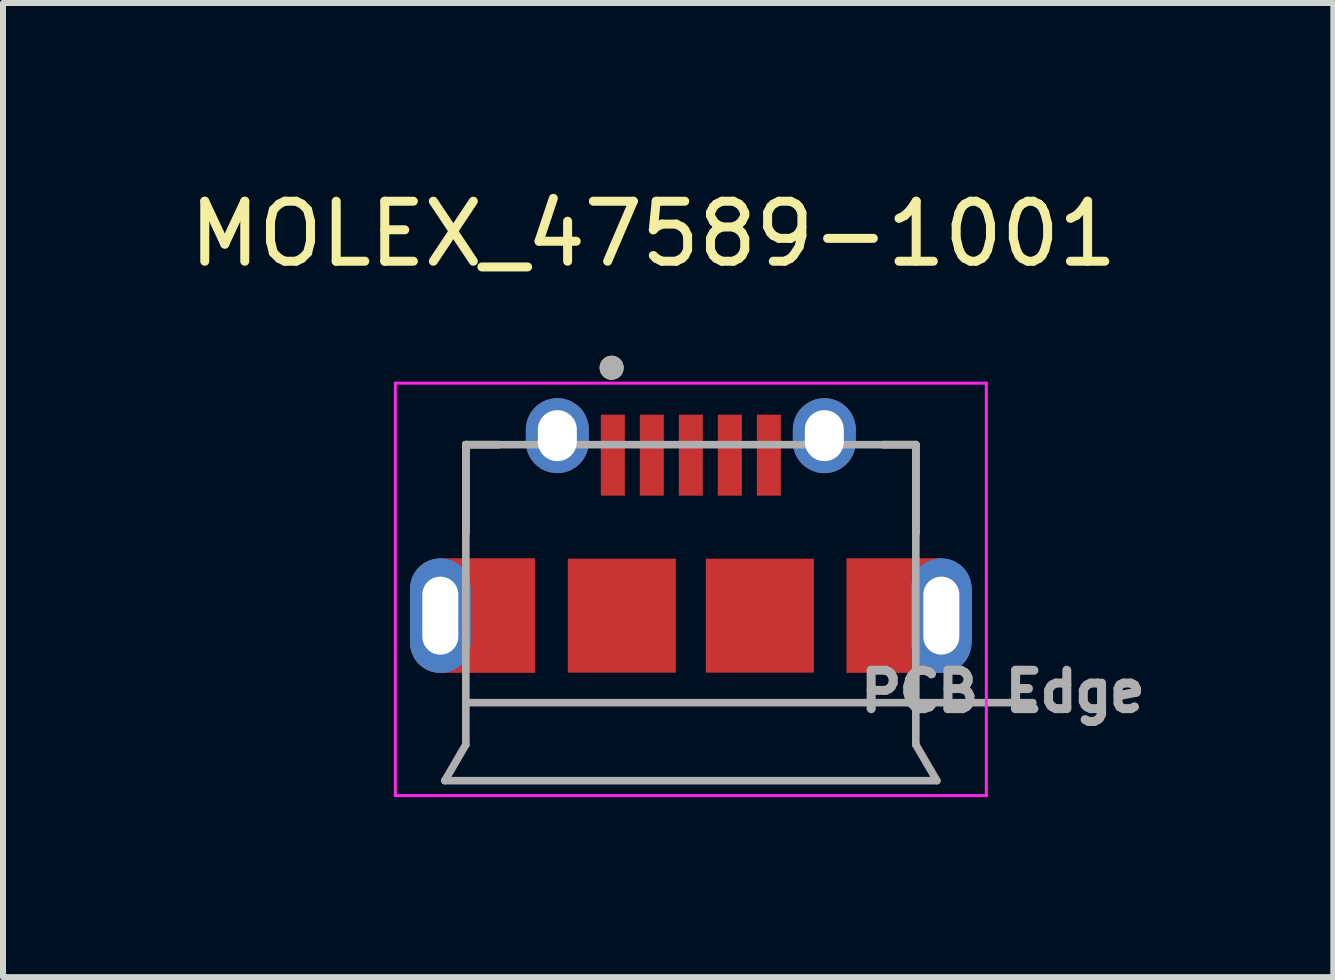
<source format=kicad_pcb>
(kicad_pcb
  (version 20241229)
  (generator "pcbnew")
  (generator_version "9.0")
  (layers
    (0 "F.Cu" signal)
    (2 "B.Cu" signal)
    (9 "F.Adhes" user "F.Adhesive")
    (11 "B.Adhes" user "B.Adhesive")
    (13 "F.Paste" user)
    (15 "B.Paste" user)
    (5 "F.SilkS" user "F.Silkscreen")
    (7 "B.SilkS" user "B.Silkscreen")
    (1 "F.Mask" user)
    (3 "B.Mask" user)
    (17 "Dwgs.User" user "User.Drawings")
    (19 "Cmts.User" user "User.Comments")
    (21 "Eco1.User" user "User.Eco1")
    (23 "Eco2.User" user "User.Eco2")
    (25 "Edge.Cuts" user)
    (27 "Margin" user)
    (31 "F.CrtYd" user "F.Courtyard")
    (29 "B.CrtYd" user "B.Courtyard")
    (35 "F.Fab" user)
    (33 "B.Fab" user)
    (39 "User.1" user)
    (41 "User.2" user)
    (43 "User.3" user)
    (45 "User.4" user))
  (footprint "MOLEX_47589-1001"
    (layer "F.Cu")
    (at 8.464 7.561)
    (property "Reference" "MOLEX_47589-1001" (at -0.625 -6.712 0) (layer "F.SilkS") (effects (font (size 1 1) (thickness 0.15))))
    (attr smd)
    (fp_poly (pts (xy -4.675 -0.7) (xy -4.675 0) (xy -4.674 0.031) (xy -4.672 0.063) (xy -4.668 0.094) (xy -4.662 0.125) (xy -4.655 0.155) (xy -4.646 0.185) (xy -4.635 0.215) (xy -4.623 0.244) (xy -4.61 0.272) (xy -4.595 0.3) (xy -4.578 0.327) (xy -4.56 0.353) (xy -4.541 0.378) (xy -4.521 0.401) (xy -4.499 0.424) (xy -4.476 0.446) (xy -4.453 0.466) (xy -4.428 0.485) (xy -4.402 0.503) (xy -4.375 0.52) (xy -4.347 0.535) (xy -4.319 0.548) (xy -4.29 0.56) (xy -4.26 0.571) (xy -4.23 0.58) (xy -4.2 0.587) (xy -4.169 0.593) (xy -4.138 0.597) (xy -4.106 0.599) (xy -4.075 0.6) (xy -2.6 0.6) (xy -2.6 -1.3) (xy -4.075 -1.3) (xy -4.106 -1.299) (xy -4.138 -1.297) (xy -4.169 -1.293) (xy -4.2 -1.287) (xy -4.23 -1.28) (xy -4.26 -1.271) (xy -4.29 -1.26) (xy -4.319 -1.248) (xy -4.347 -1.235) (xy -4.375 -1.22) (xy -4.402 -1.203) (xy -4.428 -1.185) (xy -4.453 -1.166) (xy -4.476 -1.146) (xy -4.499 -1.124) (xy -4.521 -1.101) (xy -4.541 -1.078) (xy -4.56 -1.053) (xy -4.578 -1.027) (xy -4.595 -1) (xy -4.61 -0.972) (xy -4.623 -0.944) (xy -4.635 -0.915) (xy -4.646 -0.885) (xy -4.655 -0.855) (xy -4.662 -0.825) (xy -4.668 -0.794) (xy -4.672 -0.763) (xy -4.674 -0.731) (xy -4.675 -0.7)) (stroke (width 0.01) (type solid)) (fill yes) (layer "F.Cu"))
    (fp_poly (pts (xy 4.675 0) (xy 4.675 -0.7) (xy 4.674 -0.731) (xy 4.672 -0.763) (xy 4.668 -0.794) (xy 4.662 -0.825) (xy 4.655 -0.855) (xy 4.646 -0.885) (xy 4.635 -0.915) (xy 4.623 -0.944) (xy 4.61 -0.972) (xy 4.595 -1) (xy 4.578 -1.027) (xy 4.56 -1.053) (xy 4.541 -1.078) (xy 4.521 -1.101) (xy 4.499 -1.124) (xy 4.476 -1.146) (xy 4.453 -1.166) (xy 4.428 -1.185) (xy 4.402 -1.203) (xy 4.375 -1.22) (xy 4.347 -1.235) (xy 4.319 -1.248) (xy 4.29 -1.26) (xy 4.26 -1.271) (xy 4.23 -1.28) (xy 4.2 -1.287) (xy 4.169 -1.293) (xy 4.138 -1.297) (xy 4.106 -1.299) (xy 4.075 -1.3) (xy 2.6 -1.3) (xy 2.6 0.6) (xy 4.075 0.6) (xy 4.106 0.599) (xy 4.138 0.597) (xy 4.169 0.593) (xy 4.2 0.587) (xy 4.23 0.58) (xy 4.26 0.571) (xy 4.29 0.56) (xy 4.319 0.548) (xy 4.347 0.535) (xy 4.375 0.52) (xy 4.402 0.503) (xy 4.428 0.485) (xy 4.453 0.466) (xy 4.476 0.446) (xy 4.499 0.424) (xy 4.521 0.401) (xy 4.541 0.378) (xy 4.56 0.353) (xy 4.578 0.327) (xy 4.595 0.3) (xy 4.61 0.272) (xy 4.623 0.244) (xy 4.635 0.215) (xy 4.646 0.185) (xy 4.655 0.155) (xy 4.662 0.125) (xy 4.668 0.094) (xy 4.672 0.063) (xy 4.674 0.031) (xy 4.675 0)) (stroke (width 0.01) (type solid)) (fill yes) (layer "F.Cu"))
    (fp_poly (pts (xy -4.775 -0.7) (xy -4.775 0) (xy -4.774 0.037) (xy -4.771 0.073) (xy -4.766 0.11) (xy -4.76 0.146) (xy -4.751 0.181) (xy -4.741 0.216) (xy -4.729 0.251) (xy -4.714 0.285) (xy -4.699 0.318) (xy -4.681 0.35) (xy -4.662 0.381) (xy -4.641 0.411) (xy -4.619 0.441) (xy -4.595 0.468) (xy -4.57 0.495) (xy -4.543 0.52) (xy -4.516 0.544) (xy -4.486 0.566) (xy -4.456 0.587) (xy -4.425 0.606) (xy -4.393 0.624) (xy -4.36 0.639) (xy -4.326 0.654) (xy -4.291 0.666) (xy -4.256 0.676) (xy -4.221 0.685) (xy -4.185 0.691) (xy -4.148 0.696) (xy -4.112 0.699) (xy -4.075 0.7) (xy -2.5 0.7) (xy -2.5 -1.4) (xy -4.075 -1.4) (xy -4.112 -1.399) (xy -4.148 -1.396) (xy -4.185 -1.391) (xy -4.221 -1.385) (xy -4.256 -1.376) (xy -4.291 -1.366) (xy -4.326 -1.354) (xy -4.36 -1.339) (xy -4.393 -1.324) (xy -4.425 -1.306) (xy -4.456 -1.287) (xy -4.486 -1.266) (xy -4.516 -1.244) (xy -4.543 -1.22) (xy -4.57 -1.195) (xy -4.595 -1.168) (xy -4.619 -1.141) (xy -4.641 -1.111) (xy -4.662 -1.081) (xy -4.681 -1.05) (xy -4.699 -1.018) (xy -4.714 -0.985) (xy -4.729 -0.951) (xy -4.741 -0.916) (xy -4.751 -0.881) (xy -4.76 -0.846) (xy -4.766 -0.81) (xy -4.771 -0.773) (xy -4.774 -0.737) (xy -4.775 -0.7)) (stroke (width 0.01) (type solid)) (fill yes) (layer "F.Mask"))
    (fp_poly (pts (xy 4.775 0) (xy 4.775 -0.7) (xy 4.774 -0.737) (xy 4.771 -0.773) (xy 4.766 -0.81) (xy 4.76 -0.846) (xy 4.751 -0.881) (xy 4.741 -0.916) (xy 4.729 -0.951) (xy 4.714 -0.985) (xy 4.699 -1.018) (xy 4.681 -1.05) (xy 4.662 -1.081) (xy 4.641 -1.111) (xy 4.619 -1.141) (xy 4.595 -1.168) (xy 4.57 -1.195) (xy 4.543 -1.22) (xy 4.516 -1.244) (xy 4.486 -1.266) (xy 4.456 -1.287) (xy 4.425 -1.306) (xy 4.393 -1.324) (xy 4.36 -1.339) (xy 4.326 -1.354) (xy 4.291 -1.366) (xy 4.256 -1.376) (xy 4.221 -1.385) (xy 4.185 -1.391) (xy 4.148 -1.396) (xy 4.112 -1.399) (xy 4.075 -1.4) (xy 2.5 -1.4) (xy 2.5 0.7) (xy 4.075 0.7) (xy 4.112 0.699) (xy 4.148 0.696) (xy 4.185 0.691) (xy 4.221 0.685) (xy 4.256 0.676) (xy 4.291 0.666) (xy 4.326 0.654) (xy 4.36 0.639) (xy 4.393 0.624) (xy 4.425 0.606) (xy 4.456 0.587) (xy 4.486 0.566) (xy 4.516 0.544) (xy 4.543 0.52) (xy 4.57 0.495) (xy 4.595 0.468) (xy 4.619 0.441) (xy 4.641 0.411) (xy 4.662 0.381) (xy 4.681 0.35) (xy 4.699 0.318) (xy 4.714 0.285) (xy 4.729 0.251) (xy 4.741 0.216) (xy 4.751 0.181) (xy 4.76 0.146) (xy 4.766 0.11) (xy 4.771 0.073) (xy 4.774 0.037) (xy 4.775 0)) (stroke (width 0.01) (type solid)) (fill yes) (layer "F.Mask"))
    (fp_poly (pts (xy -4.175 0.6) (xy -4.201 0.599) (xy -4.227 0.597) (xy -4.253 0.594) (xy -4.279 0.589) (xy -4.304 0.583) (xy -4.33 0.576) (xy -4.354 0.567) (xy -4.378 0.557) (xy -4.402 0.546) (xy -4.425 0.533) (xy -4.447 0.519) (xy -4.469 0.505) (xy -4.49 0.489) (xy -4.51 0.472) (xy -4.529 0.454) (xy -4.547 0.435) (xy -4.564 0.415) (xy -4.58 0.394) (xy -4.594 0.372) (xy -4.608 0.35) (xy -4.621 0.327) (xy -4.632 0.303) (xy -4.642 0.279) (xy -4.651 0.255) (xy -4.658 0.229) (xy -4.664 0.204) (xy -4.669 0.178) (xy -4.672 0.152) (xy -4.674 0.126) (xy -4.675 0.1) (xy -4.675 -0.8) (xy -4.674 -0.826) (xy -4.672 -0.852) (xy -4.669 -0.878) (xy -4.664 -0.904) (xy -4.658 -0.929) (xy -4.651 -0.955) (xy -4.642 -0.979) (xy -4.632 -1.003) (xy -4.621 -1.027) (xy -4.608 -1.05) (xy -4.594 -1.072) (xy -4.58 -1.094) (xy -4.564 -1.115) (xy -4.547 -1.135) (xy -4.529 -1.154) (xy -4.51 -1.172) (xy -4.49 -1.189) (xy -4.469 -1.205) (xy -4.447 -1.219) (xy -4.425 -1.233) (xy -4.402 -1.246) (xy -4.378 -1.257) (xy -4.354 -1.267) (xy -4.33 -1.276) (xy -4.304 -1.283) (xy -4.279 -1.289) (xy -4.253 -1.294) (xy -4.227 -1.297) (xy -4.201 -1.299) (xy -4.175 -1.3) (xy -4.149 -1.299) (xy -4.123 -1.297) (xy -4.097 -1.294) (xy -4.071 -1.289) (xy -4.046 -1.283) (xy -4.02 -1.276) (xy -3.996 -1.267) (xy -3.972 -1.257) (xy -3.948 -1.246) (xy -3.925 -1.233) (xy -3.903 -1.219) (xy -3.881 -1.205) (xy -3.86 -1.189) (xy -3.84 -1.172) (xy -3.821 -1.154) (xy -3.803 -1.135) (xy -3.786 -1.115) (xy -3.77 -1.094) (xy -3.756 -1.072) (xy -3.742 -1.05) (xy -3.729 -1.027) (xy -3.718 -1.003) (xy -3.708 -0.979) (xy -3.699 -0.955) (xy -3.692 -0.929) (xy -3.686 -0.904) (xy -3.681 -0.878) (xy -3.678 -0.852) (xy -3.676 -0.826) (xy -3.675 -0.8) (xy -3.675 0.1) (xy -3.676 0.126) (xy -3.678 0.152) (xy -3.681 0.178) (xy -3.686 0.204) (xy -3.692 0.229) (xy -3.699 0.255) (xy -3.708 0.279) (xy -3.718 0.303) (xy -3.729 0.327) (xy -3.742 0.35) (xy -3.756 0.372) (xy -3.77 0.394) (xy -3.786 0.415) (xy -3.803 0.435) (xy -3.821 0.454) (xy -3.84 0.472) (xy -3.86 0.489) (xy -3.881 0.505) (xy -3.903 0.519) (xy -3.925 0.533) (xy -3.948 0.546) (xy -3.972 0.557) (xy -3.996 0.567) (xy -4.02 0.576) (xy -4.046 0.583) (xy -4.071 0.589) (xy -4.097 0.594) (xy -4.123 0.597) (xy -4.149 0.599) (xy -4.175 0.6)) (stroke (width 0.01) (type solid)) (fill yes) (layer "B.Cu"))
    (fp_poly (pts (xy 4.175 0.6) (xy 4.149 0.599) (xy 4.123 0.597) (xy 4.097 0.594) (xy 4.071 0.589) (xy 4.046 0.583) (xy 4.02 0.576) (xy 3.996 0.567) (xy 3.972 0.557) (xy 3.948 0.546) (xy 3.925 0.533) (xy 3.903 0.519) (xy 3.881 0.505) (xy 3.86 0.489) (xy 3.84 0.472) (xy 3.821 0.454) (xy 3.803 0.435) (xy 3.786 0.415) (xy 3.77 0.394) (xy 3.756 0.372) (xy 3.742 0.35) (xy 3.729 0.327) (xy 3.718 0.303) (xy 3.708 0.279) (xy 3.699 0.255) (xy 3.692 0.229) (xy 3.686 0.204) (xy 3.681 0.178) (xy 3.678 0.152) (xy 3.676 0.126) (xy 3.675 0.1) (xy 3.675 -0.8) (xy 3.676 -0.826) (xy 3.678 -0.852) (xy 3.681 -0.878) (xy 3.686 -0.904) (xy 3.692 -0.929) (xy 3.699 -0.955) (xy 3.708 -0.979) (xy 3.718 -1.003) (xy 3.729 -1.027) (xy 3.742 -1.05) (xy 3.756 -1.072) (xy 3.77 -1.094) (xy 3.786 -1.115) (xy 3.803 -1.135) (xy 3.821 -1.154) (xy 3.84 -1.172) (xy 3.86 -1.189) (xy 3.881 -1.205) (xy 3.903 -1.219) (xy 3.925 -1.233) (xy 3.948 -1.246) (xy 3.972 -1.257) (xy 3.996 -1.267) (xy 4.02 -1.276) (xy 4.046 -1.283) (xy 4.071 -1.289) (xy 4.097 -1.294) (xy 4.123 -1.297) (xy 4.149 -1.299) (xy 4.175 -1.3) (xy 4.201 -1.299) (xy 4.227 -1.297) (xy 4.253 -1.294) (xy 4.279 -1.289) (xy 4.304 -1.283) (xy 4.33 -1.276) (xy 4.354 -1.267) (xy 4.378 -1.257) (xy 4.402 -1.246) (xy 4.425 -1.233) (xy 4.447 -1.219) (xy 4.469 -1.205) (xy 4.49 -1.189) (xy 4.51 -1.172) (xy 4.529 -1.154) (xy 4.547 -1.135) (xy 4.564 -1.115) (xy 4.58 -1.094) (xy 4.594 -1.072) (xy 4.608 -1.05) (xy 4.621 -1.027) (xy 4.632 -1.003) (xy 4.642 -0.979) (xy 4.651 -0.955) (xy 4.658 -0.929) (xy 4.664 -0.904) (xy 4.669 -0.878) (xy 4.672 -0.852) (xy 4.674 -0.826) (xy 4.675 -0.8) (xy 4.675 0.1) (xy 4.674 0.126) (xy 4.672 0.152) (xy 4.669 0.178) (xy 4.664 0.204) (xy 4.658 0.229) (xy 4.651 0.255) (xy 4.642 0.279) (xy 4.632 0.303) (xy 4.621 0.327) (xy 4.608 0.35) (xy 4.594 0.372) (xy 4.58 0.394) (xy 4.564 0.415) (xy 4.547 0.435) (xy 4.529 0.454) (xy 4.51 0.472) (xy 4.49 0.489) (xy 4.469 0.505) (xy 4.447 0.519) (xy 4.425 0.533) (xy 4.402 0.546) (xy 4.378 0.557) (xy 4.354 0.567) (xy 4.33 0.576) (xy 4.304 0.583) (xy 4.279 0.589) (xy 4.253 0.594) (xy 4.227 0.597) (xy 4.201 0.599) (xy 4.175 0.6)) (stroke (width 0.01) (type solid)) (fill yes) (layer "B.Cu"))
    (fp_poly (pts (xy -4.175 0.7) (xy -4.206 0.699) (xy -4.238 0.697) (xy -4.269 0.693) (xy -4.3 0.687) (xy -4.33 0.68) (xy -4.36 0.671) (xy -4.39 0.66) (xy -4.419 0.648) (xy -4.447 0.635) (xy -4.475 0.62) (xy -4.502 0.603) (xy -4.528 0.585) (xy -4.553 0.566) (xy -4.576 0.546) (xy -4.599 0.524) (xy -4.621 0.501) (xy -4.641 0.478) (xy -4.66 0.453) (xy -4.678 0.427) (xy -4.695 0.4) (xy -4.71 0.372) (xy -4.723 0.344) (xy -4.735 0.315) (xy -4.746 0.285) (xy -4.755 0.255) (xy -4.762 0.225) (xy -4.768 0.194) (xy -4.772 0.163) (xy -4.774 0.131) (xy -4.775 0.1) (xy -4.775 -0.8) (xy -4.774 -0.831) (xy -4.772 -0.863) (xy -4.768 -0.894) (xy -4.762 -0.925) (xy -4.755 -0.955) (xy -4.746 -0.985) (xy -4.735 -1.015) (xy -4.723 -1.044) (xy -4.71 -1.072) (xy -4.695 -1.1) (xy -4.678 -1.127) (xy -4.66 -1.153) (xy -4.641 -1.178) (xy -4.621 -1.201) (xy -4.599 -1.224) (xy -4.576 -1.246) (xy -4.553 -1.266) (xy -4.528 -1.285) (xy -4.502 -1.303) (xy -4.475 -1.32) (xy -4.447 -1.335) (xy -4.419 -1.348) (xy -4.39 -1.36) (xy -4.36 -1.371) (xy -4.33 -1.38) (xy -4.3 -1.387) (xy -4.269 -1.393) (xy -4.238 -1.397) (xy -4.206 -1.399) (xy -4.175 -1.4) (xy -4.144 -1.399) (xy -4.112 -1.397) (xy -4.081 -1.393) (xy -4.05 -1.387) (xy -4.02 -1.38) (xy -3.99 -1.371) (xy -3.96 -1.36) (xy -3.931 -1.348) (xy -3.903 -1.335) (xy -3.875 -1.32) (xy -3.848 -1.303) (xy -3.822 -1.285) (xy -3.797 -1.266) (xy -3.774 -1.246) (xy -3.751 -1.224) (xy -3.729 -1.201) (xy -3.709 -1.178) (xy -3.69 -1.153) (xy -3.672 -1.127) (xy -3.655 -1.1) (xy -3.64 -1.072) (xy -3.627 -1.044) (xy -3.615 -1.015) (xy -3.604 -0.985) (xy -3.595 -0.955) (xy -3.588 -0.925) (xy -3.582 -0.894) (xy -3.578 -0.863) (xy -3.576 -0.831) (xy -3.575 -0.8) (xy -3.575 0.1) (xy -3.576 0.131) (xy -3.578 0.163) (xy -3.582 0.194) (xy -3.588 0.225) (xy -3.595 0.255) (xy -3.604 0.285) (xy -3.615 0.315) (xy -3.627 0.344) (xy -3.64 0.372) (xy -3.655 0.4) (xy -3.672 0.427) (xy -3.69 0.453) (xy -3.709 0.478) (xy -3.729 0.501) (xy -3.751 0.524) (xy -3.774 0.546) (xy -3.797 0.566) (xy -3.822 0.585) (xy -3.848 0.603) (xy -3.875 0.62) (xy -3.903 0.635) (xy -3.931 0.648) (xy -3.96 0.66) (xy -3.99 0.671) (xy -4.02 0.68) (xy -4.05 0.687) (xy -4.081 0.693) (xy -4.112 0.697) (xy -4.144 0.699) (xy -4.175 0.7)) (stroke (width 0.01) (type solid)) (fill yes) (layer "B.Mask"))
    (fp_poly (pts (xy 4.175 0.7) (xy 4.144 0.699) (xy 4.112 0.697) (xy 4.081 0.693) (xy 4.05 0.687) (xy 4.02 0.68) (xy 3.99 0.671) (xy 3.96 0.66) (xy 3.931 0.648) (xy 3.903 0.635) (xy 3.875 0.62) (xy 3.848 0.603) (xy 3.822 0.585) (xy 3.797 0.566) (xy 3.774 0.546) (xy 3.751 0.524) (xy 3.729 0.501) (xy 3.709 0.478) (xy 3.69 0.453) (xy 3.672 0.427) (xy 3.655 0.4) (xy 3.64 0.372) (xy 3.627 0.344) (xy 3.615 0.315) (xy 3.604 0.285) (xy 3.595 0.255) (xy 3.588 0.225) (xy 3.582 0.194) (xy 3.578 0.163) (xy 3.576 0.131) (xy 3.575 0.1) (xy 3.575 -0.8) (xy 3.576 -0.831) (xy 3.578 -0.863) (xy 3.582 -0.894) (xy 3.588 -0.925) (xy 3.595 -0.955) (xy 3.604 -0.985) (xy 3.615 -1.015) (xy 3.627 -1.044) (xy 3.64 -1.072) (xy 3.655 -1.1) (xy 3.672 -1.127) (xy 3.69 -1.153) (xy 3.709 -1.178) (xy 3.729 -1.201) (xy 3.751 -1.224) (xy 3.774 -1.246) (xy 3.797 -1.266) (xy 3.822 -1.285) (xy 3.848 -1.303) (xy 3.875 -1.32) (xy 3.903 -1.335) (xy 3.931 -1.348) (xy 3.96 -1.36) (xy 3.99 -1.371) (xy 4.02 -1.38) (xy 4.05 -1.387) (xy 4.081 -1.393) (xy 4.112 -1.397) (xy 4.144 -1.399) (xy 4.175 -1.4) (xy 4.206 -1.399) (xy 4.238 -1.397) (xy 4.269 -1.393) (xy 4.3 -1.387) (xy 4.33 -1.38) (xy 4.36 -1.371) (xy 4.39 -1.36) (xy 4.419 -1.348) (xy 4.447 -1.335) (xy 4.475 -1.32) (xy 4.502 -1.303) (xy 4.528 -1.285) (xy 4.553 -1.266) (xy 4.576 -1.246) (xy 4.599 -1.224) (xy 4.621 -1.201) (xy 4.641 -1.178) (xy 4.66 -1.153) (xy 4.678 -1.127) (xy 4.695 -1.1) (xy 4.71 -1.072) (xy 4.723 -1.044) (xy 4.735 -1.015) (xy 4.746 -0.985) (xy 4.755 -0.955) (xy 4.762 -0.925) (xy 4.768 -0.894) (xy 4.772 -0.863) (xy 4.774 -0.831) (xy 4.775 -0.8) (xy 4.775 0.1) (xy 4.774 0.131) (xy 4.772 0.163) (xy 4.768 0.194) (xy 4.762 0.225) (xy 4.755 0.255) (xy 4.746 0.285) (xy 4.735 0.315) (xy 4.723 0.344) (xy 4.71 0.372) (xy 4.695 0.4) (xy 4.678 0.427) (xy 4.66 0.453) (xy 4.641 0.478) (xy 4.621 0.501) (xy 4.599 0.524) (xy 4.576 0.546) (xy 4.553 0.566) (xy 4.528 0.585) (xy 4.502 0.603) (xy 4.475 0.62) (xy 4.447 0.635) (xy 4.419 0.648) (xy 4.39 0.66) (xy 4.36 0.671) (xy 4.33 0.68) (xy 4.3 0.687) (xy 4.269 0.693) (xy 4.238 0.697) (xy 4.206 0.699) (xy 4.175 0.7)) (stroke (width 0.01) (type solid)) (fill yes) (layer "B.Mask"))
    (fp_line (start -3.75 -3.2) (end -3.2 -3.2) (stroke (width 0.127) (type solid)) (layer "F.SilkS"))
    (fp_line (start -3.75 -1.72) (end -3.75 -3.2) (stroke (width 0.127) (type solid)) (layer "F.SilkS"))
    (fp_line (start 3.75 -3.2) (end 3.2 -3.2) (stroke (width 0.127) (type solid)) (layer "F.SilkS"))
    (fp_line (start 3.75 -1.72) (end 3.75 -3.2) (stroke (width 0.127) (type solid)) (layer "F.SilkS"))
    (fp_circle (center -1.32 -4.482) (end -1.22 -4.482) (stroke (width 0.2) (type solid)) (fill no) (layer "F.SilkS"))
    (fp_line (start -4.925 -4.225) (end 4.925 -4.225) (stroke (width 0.05) (type solid)) (layer "F.CrtYd"))
    (fp_line (start -4.925 2.65) (end -4.925 -4.225) (stroke (width 0.05) (type solid)) (layer "F.CrtYd"))
    (fp_line (start 4.925 -4.225) (end 4.925 2.65) (stroke (width 0.05) (type solid)) (layer "F.CrtYd"))
    (fp_line (start 4.925 2.65) (end -4.925 2.65) (stroke (width 0.05) (type solid)) (layer "F.CrtYd"))
    (fp_line (start -4.1 2.4) (end -3.75 1.8) (stroke (width 0.127) (type solid)) (layer "F.Fab"))
    (fp_line (start -4.1 2.4) (end 4.1 2.4) (stroke (width 0.127) (type solid)) (layer "F.Fab"))
    (fp_line (start -3.75 -3.2) (end 3.75 -3.2) (stroke (width 0.127) (type solid)) (layer "F.Fab"))
    (fp_line (start -3.75 1.1) (end 3.75 1.1) (stroke (width 0.127) (type solid)) (layer "F.Fab"))
    (fp_line (start -3.75 1.8) (end -3.75 -3.2) (stroke (width 0.127) (type solid)) (layer "F.Fab"))
    (fp_line (start 3.75 -3.2) (end 3.75 1.1) (stroke (width 0.127) (type solid)) (layer "F.Fab"))
    (fp_line (start 3.75 1.1) (end 3.75 1.8) (stroke (width 0.127) (type solid)) (layer "F.Fab"))
    (fp_line (start 3.75 1.1) (end 5.7 1.1) (stroke (width 0.127) (type solid)) (layer "F.Fab"))
    (fp_line (start 4.1 2.4) (end 3.75 1.8) (stroke (width 0.127) (type solid)) (layer "F.Fab"))
    (fp_circle (center -1.32 -4.482) (end -1.22 -4.482) (stroke (width 0.2) (type solid)) (fill no) (layer "F.Fab"))
    (fp_text user "PCB Edge" (at 5.2 0.912 0) (layer "F.Fab") (effects (font (size 0.64 0.64) (thickness 0.15))))
    (pad "1" smd rect (at -1.3 -3.025) (size 0.4 1.35) (layers "F.Cu" "F.Mask" "F.Paste"))
    (pad "2" smd rect (at -0.65 -3.025) (size 0.4 1.35) (layers "F.Cu" "F.Mask" "F.Paste"))
    (pad "3" smd rect (at 0 -3.025) (size 0.4 1.35) (layers "F.Cu" "F.Mask" "F.Paste"))
    (pad "4" smd rect (at 0.65 -3.025) (size 0.4 1.35) (layers "F.Cu" "F.Mask" "F.Paste"))
    (pad "5" smd rect (at 1.3 -3.025) (size 0.4 1.35) (layers "F.Cu" "F.Mask" "F.Paste"))
    (pad "SH1" thru_hole oval (at -4.175 -0.35) (size 1 1.9) (drill oval 0.6 1.3) (layers "*.Cu"))
    (pad "SH2" smd rect (at -1.15 -0.35) (size 1.8 1.9) (layers "F.Cu" "F.Mask" "F.Paste"))
    (pad "SH3" smd rect (at 1.15 -0.35) (size 1.8 1.9) (layers "F.Cu" "F.Mask" "F.Paste"))
    (pad "SH4" thru_hole oval (at 4.175 -0.35) (size 1 1.9) (drill oval 0.6 1.3) (layers "*.Cu"))
    (pad "SH5" thru_hole oval (at -2.225 -3.35) (size 1.05 1.25) (drill oval 0.65 0.85) (layers "*.Cu" "*.Mask"))
    (pad "SH6" thru_hole oval (at 2.225 -3.35) (size 1.05 1.25) (drill oval 0.65 0.85) (layers "*.Cu" "*.Mask")))
  (gr_rect
    (start -3 -3)
    (end 19.172 13.236)
    (stroke (width 0.1) (type default))
    (fill no)
    (layer "Edge.Cuts")))
</source>
